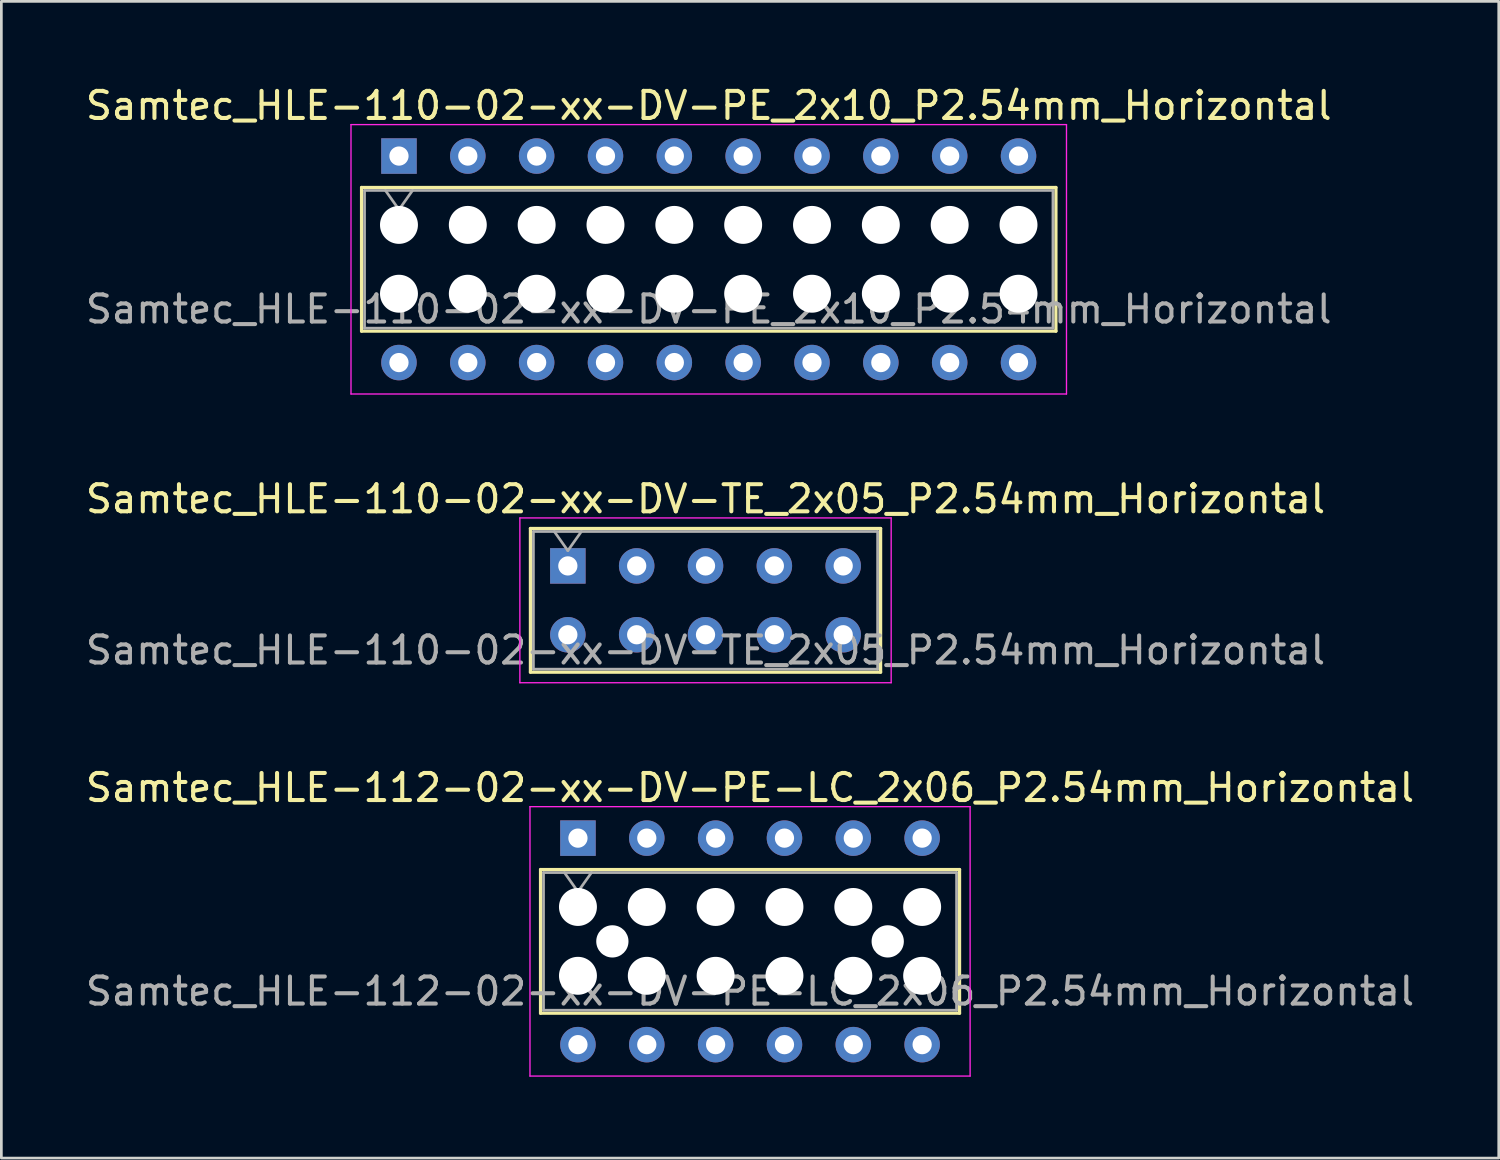
<source format=kicad_pcb>
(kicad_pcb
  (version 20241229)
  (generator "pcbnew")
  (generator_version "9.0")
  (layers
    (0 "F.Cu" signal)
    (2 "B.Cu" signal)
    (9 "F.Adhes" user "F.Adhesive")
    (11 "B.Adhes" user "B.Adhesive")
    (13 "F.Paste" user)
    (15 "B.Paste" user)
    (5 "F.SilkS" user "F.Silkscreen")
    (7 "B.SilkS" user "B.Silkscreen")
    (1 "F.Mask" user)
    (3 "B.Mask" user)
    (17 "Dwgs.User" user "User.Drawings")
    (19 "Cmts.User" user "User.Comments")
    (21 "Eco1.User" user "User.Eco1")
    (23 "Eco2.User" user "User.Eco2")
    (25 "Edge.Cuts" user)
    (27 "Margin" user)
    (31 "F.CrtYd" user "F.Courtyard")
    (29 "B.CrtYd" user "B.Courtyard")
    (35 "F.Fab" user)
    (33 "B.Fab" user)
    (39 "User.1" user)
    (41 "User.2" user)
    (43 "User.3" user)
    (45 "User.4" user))
  (footprint "Samtec_HLE-112-02-xx-DV-PE-LC_2x06_P2.54mm_Horizontal"
    (layer "F.Cu")
    (at 18.275 27.875)
    (property "Reference" "Samtec_HLE-112-02-xx-DV-PE-LC_2x06_P2.54mm_Horizontal" (at 6.35 -1.86 0) (layer "F.SilkS") (effects (font (size 1 1) (thickness 0.15))))
    (attr through_hole)
    (fp_line (start -1.38 1.16) (end 14.08 1.16) (stroke (width 0.12) (type solid)) (layer "F.SilkS"))
    (fp_line (start -1.38 6.46) (end -1.38 1.16) (stroke (width 0.12) (type solid)) (layer "F.SilkS"))
    (fp_line (start 14.08 1.16) (end 14.08 6.46) (stroke (width 0.12) (type solid)) (layer "F.SilkS"))
    (fp_line (start 14.08 6.46) (end -1.38 6.46) (stroke (width 0.12) (type solid)) (layer "F.SilkS"))
    (fp_line (start -1.77 -1.16) (end 14.47 -1.16) (stroke (width 0.05) (type solid)) (layer "F.CrtYd"))
    (fp_line (start -1.77 8.78) (end -1.77 -1.16) (stroke (width 0.05) (type solid)) (layer "F.CrtYd"))
    (fp_line (start 14.47 -1.16) (end 14.47 8.78) (stroke (width 0.05) (type solid)) (layer "F.CrtYd"))
    (fp_line (start 14.47 8.78) (end -1.77 8.78) (stroke (width 0.05) (type solid)) (layer "F.CrtYd"))
    (fp_line (start -1.27 1.27) (end 13.97 1.27) (stroke (width 0.1) (type solid)) (layer "F.Fab"))
    (fp_line (start -1.27 6.35) (end -1.27 1.27) (stroke (width 0.1) (type solid)) (layer "F.Fab"))
    (fp_line (start -0.5 1.27) (end 0 1.977) (stroke (width 0.1) (type solid)) (layer "F.Fab"))
    (fp_line (start 0 1.977) (end 0.5 1.27) (stroke (width 0.1) (type solid)) (layer "F.Fab"))
    (fp_line (start 13.97 1.27) (end 13.97 6.35) (stroke (width 0.1) (type solid)) (layer "F.Fab"))
    (fp_line (start 13.97 6.35) (end -1.27 6.35) (stroke (width 0.1) (type solid)) (layer "F.Fab"))
    (fp_text user "${REFERENCE}" (at 6.35 5.65 0) (layer "F.Fab") (effects (font (size 1 1) (thickness 0.15))))
    (pad "" np_thru_hole circle (at 0 2.54) (size 1.4 1.4) (drill 1.4) (layers "*.Cu" "*.Mask"))
    (pad "" np_thru_hole circle (at 0 5.08) (size 1.4 1.4) (drill 1.4) (layers "*.Cu" "*.Mask"))
    (pad "" np_thru_hole circle (at 1.27 3.81) (size 1.19 1.19) (drill 1.19) (layers "*.Cu" "*.Mask"))
    (pad "" np_thru_hole circle (at 2.54 2.54) (size 1.4 1.4) (drill 1.4) (layers "*.Cu" "*.Mask"))
    (pad "" np_thru_hole circle (at 2.54 5.08) (size 1.4 1.4) (drill 1.4) (layers "*.Cu" "*.Mask"))
    (pad "" np_thru_hole circle (at 5.08 2.54) (size 1.4 1.4) (drill 1.4) (layers "*.Cu" "*.Mask"))
    (pad "" np_thru_hole circle (at 5.08 5.08) (size 1.4 1.4) (drill 1.4) (layers "*.Cu" "*.Mask"))
    (pad "" np_thru_hole circle (at 7.62 2.54) (size 1.4 1.4) (drill 1.4) (layers "*.Cu" "*.Mask"))
    (pad "" np_thru_hole circle (at 7.62 5.08) (size 1.4 1.4) (drill 1.4) (layers "*.Cu" "*.Mask"))
    (pad "" np_thru_hole circle (at 10.16 2.54) (size 1.4 1.4) (drill 1.4) (layers "*.Cu" "*.Mask"))
    (pad "" np_thru_hole circle (at 10.16 5.08) (size 1.4 1.4) (drill 1.4) (layers "*.Cu" "*.Mask"))
    (pad "" np_thru_hole circle (at 11.43 3.81) (size 1.19 1.19) (drill 1.19) (layers "*.Cu" "*.Mask"))
    (pad "" np_thru_hole circle (at 12.7 2.54) (size 1.4 1.4) (drill 1.4) (layers "*.Cu" "*.Mask"))
    (pad "" np_thru_hole circle (at 12.7 5.08) (size 1.4 1.4) (drill 1.4) (layers "*.Cu" "*.Mask"))
    (pad "1" thru_hole rect (at 0 0) (size 1.31 1.31) (drill 0.71) (layers "*.Cu" "*.Mask"))
    (pad "2" thru_hole circle (at 0 7.62) (size 1.31 1.31) (drill 0.71) (layers "*.Cu" "*.Mask"))
    (pad "3" thru_hole circle (at 2.54 0) (size 1.31 1.31) (drill 0.71) (layers "*.Cu" "*.Mask"))
    (pad "4" thru_hole circle (at 2.54 7.62) (size 1.31 1.31) (drill 0.71) (layers "*.Cu" "*.Mask"))
    (pad "5" thru_hole circle (at 5.08 0) (size 1.31 1.31) (drill 0.71) (layers "*.Cu" "*.Mask"))
    (pad "6" thru_hole circle (at 5.08 7.62) (size 1.31 1.31) (drill 0.71) (layers "*.Cu" "*.Mask"))
    (pad "7" thru_hole circle (at 7.62 0) (size 1.31 1.31) (drill 0.71) (layers "*.Cu" "*.Mask"))
    (pad "8" thru_hole circle (at 7.62 7.62) (size 1.31 1.31) (drill 0.71) (layers "*.Cu" "*.Mask"))
    (pad "9" thru_hole circle (at 10.16 0) (size 1.31 1.31) (drill 0.71) (layers "*.Cu" "*.Mask"))
    (pad "10" thru_hole circle (at 10.16 7.62) (size 1.31 1.31) (drill 0.71) (layers "*.Cu" "*.Mask"))
    (pad "11" thru_hole circle (at 12.7 0) (size 1.31 1.31) (drill 0.71) (layers "*.Cu" "*.Mask"))
    (pad "12" thru_hole circle (at 12.7 7.62) (size 1.31 1.31) (drill 0.71) (layers "*.Cu" "*.Mask")))
  (footprint "Samtec_HLE-110-02-xx-DV-TE_2x05_P2.54mm_Horizontal"
    (layer "F.Cu")
    (at 17.902 17.831)
    (property "Reference" "Samtec_HLE-110-02-xx-DV-TE_2x05_P2.54mm_Horizontal" (at 5.08 -2.47 0) (layer "F.SilkS") (effects (font (size 1 1) (thickness 0.15))))
    (attr through_hole)
    (fp_line (start -1.38 -1.38) (end 11.54 -1.38) (stroke (width 0.12) (type solid)) (layer "F.SilkS"))
    (fp_line (start -1.38 3.92) (end -1.38 -1.38) (stroke (width 0.12) (type solid)) (layer "F.SilkS"))
    (fp_line (start 11.54 -1.38) (end 11.54 3.92) (stroke (width 0.12) (type solid)) (layer "F.SilkS"))
    (fp_line (start 11.54 3.92) (end -1.38 3.92) (stroke (width 0.12) (type solid)) (layer "F.SilkS"))
    (fp_line (start -1.77 -1.77) (end 11.93 -1.77) (stroke (width 0.05) (type solid)) (layer "F.CrtYd"))
    (fp_line (start -1.77 4.31) (end -1.77 -1.77) (stroke (width 0.05) (type solid)) (layer "F.CrtYd"))
    (fp_line (start 11.93 -1.77) (end 11.93 4.31) (stroke (width 0.05) (type solid)) (layer "F.CrtYd"))
    (fp_line (start 11.93 4.31) (end -1.77 4.31) (stroke (width 0.05) (type solid)) (layer "F.CrtYd"))
    (fp_line (start -1.27 -1.27) (end 11.43 -1.27) (stroke (width 0.1) (type solid)) (layer "F.Fab"))
    (fp_line (start -1.27 3.81) (end -1.27 -1.27) (stroke (width 0.1) (type solid)) (layer "F.Fab"))
    (fp_line (start -0.5 -1.27) (end 0 -0.563) (stroke (width 0.1) (type solid)) (layer "F.Fab"))
    (fp_line (start 0 -0.563) (end 0.5 -1.27) (stroke (width 0.1) (type solid)) (layer "F.Fab"))
    (fp_line (start 11.43 -1.27) (end 11.43 3.81) (stroke (width 0.1) (type solid)) (layer "F.Fab"))
    (fp_line (start 11.43 3.81) (end -1.27 3.81) (stroke (width 0.1) (type solid)) (layer "F.Fab"))
    (fp_text user "${REFERENCE}" (at 5.08 3.11 0) (layer "F.Fab") (effects (font (size 1 1) (thickness 0.15))))
    (pad "1" thru_hole rect (at 0 0) (size 1.31 1.31) (drill 0.71) (layers "*.Cu" "*.Mask"))
    (pad "2" thru_hole circle (at 0 2.54) (size 1.31 1.31) (drill 0.71) (layers "*.Cu" "*.Mask"))
    (pad "3" thru_hole circle (at 2.54 0) (size 1.31 1.31) (drill 0.71) (layers "*.Cu" "*.Mask"))
    (pad "4" thru_hole circle (at 2.54 2.54) (size 1.31 1.31) (drill 0.71) (layers "*.Cu" "*.Mask"))
    (pad "5" thru_hole circle (at 5.08 0) (size 1.31 1.31) (drill 0.71) (layers "*.Cu" "*.Mask"))
    (pad "6" thru_hole circle (at 5.08 2.54) (size 1.31 1.31) (drill 0.71) (layers "*.Cu" "*.Mask"))
    (pad "7" thru_hole circle (at 7.62 0) (size 1.31 1.31) (drill 0.71) (layers "*.Cu" "*.Mask"))
    (pad "8" thru_hole circle (at 7.62 2.54) (size 1.31 1.31) (drill 0.71) (layers "*.Cu" "*.Mask"))
    (pad "9" thru_hole circle (at 10.16 0) (size 1.31 1.31) (drill 0.71) (layers "*.Cu" "*.Mask"))
    (pad "10" thru_hole circle (at 10.16 2.54) (size 1.31 1.31) (drill 0.71) (layers "*.Cu" "*.Mask")))
  (footprint "Samtec_HLE-110-02-xx-DV-PE_2x10_P2.54mm_Horizontal"
    (layer "F.Cu")
    (at 11.671 2.708)
    (property "Reference" "Samtec_HLE-110-02-xx-DV-PE_2x10_P2.54mm_Horizontal" (at 11.43 -1.86 0) (layer "F.SilkS") (effects (font (size 1 1) (thickness 0.15))))
    (attr through_hole)
    (fp_line (start -1.38 1.16) (end 24.24 1.16) (stroke (width 0.12) (type solid)) (layer "F.SilkS"))
    (fp_line (start -1.38 6.46) (end -1.38 1.16) (stroke (width 0.12) (type solid)) (layer "F.SilkS"))
    (fp_line (start 24.24 1.16) (end 24.24 6.46) (stroke (width 0.12) (type solid)) (layer "F.SilkS"))
    (fp_line (start 24.24 6.46) (end -1.38 6.46) (stroke (width 0.12) (type solid)) (layer "F.SilkS"))
    (fp_line (start -1.77 -1.16) (end 24.63 -1.16) (stroke (width 0.05) (type solid)) (layer "F.CrtYd"))
    (fp_line (start -1.77 8.78) (end -1.77 -1.16) (stroke (width 0.05) (type solid)) (layer "F.CrtYd"))
    (fp_line (start 24.63 -1.16) (end 24.63 8.78) (stroke (width 0.05) (type solid)) (layer "F.CrtYd"))
    (fp_line (start 24.63 8.78) (end -1.77 8.78) (stroke (width 0.05) (type solid)) (layer "F.CrtYd"))
    (fp_line (start -1.27 1.27) (end 24.13 1.27) (stroke (width 0.1) (type solid)) (layer "F.Fab"))
    (fp_line (start -1.27 6.35) (end -1.27 1.27) (stroke (width 0.1) (type solid)) (layer "F.Fab"))
    (fp_line (start -0.5 1.27) (end 0 1.977) (stroke (width 0.1) (type solid)) (layer "F.Fab"))
    (fp_line (start 0 1.977) (end 0.5 1.27) (stroke (width 0.1) (type solid)) (layer "F.Fab"))
    (fp_line (start 24.13 1.27) (end 24.13 6.35) (stroke (width 0.1) (type solid)) (layer "F.Fab"))
    (fp_line (start 24.13 6.35) (end -1.27 6.35) (stroke (width 0.1) (type solid)) (layer "F.Fab"))
    (fp_text user "${REFERENCE}" (at 11.43 5.65 0) (layer "F.Fab") (effects (font (size 1 1) (thickness 0.15))))
    (pad "" np_thru_hole circle (at 0 2.54) (size 1.4 1.4) (drill 1.4) (layers "*.Cu" "*.Mask"))
    (pad "" np_thru_hole circle (at 0 5.08) (size 1.4 1.4) (drill 1.4) (layers "*.Cu" "*.Mask"))
    (pad "" np_thru_hole circle (at 2.54 2.54) (size 1.4 1.4) (drill 1.4) (layers "*.Cu" "*.Mask"))
    (pad "" np_thru_hole circle (at 2.54 5.08) (size 1.4 1.4) (drill 1.4) (layers "*.Cu" "*.Mask"))
    (pad "" np_thru_hole circle (at 5.08 2.54) (size 1.4 1.4) (drill 1.4) (layers "*.Cu" "*.Mask"))
    (pad "" np_thru_hole circle (at 5.08 5.08) (size 1.4 1.4) (drill 1.4) (layers "*.Cu" "*.Mask"))
    (pad "" np_thru_hole circle (at 7.62 2.54) (size 1.4 1.4) (drill 1.4) (layers "*.Cu" "*.Mask"))
    (pad "" np_thru_hole circle (at 7.62 5.08) (size 1.4 1.4) (drill 1.4) (layers "*.Cu" "*.Mask"))
    (pad "" np_thru_hole circle (at 10.16 2.54) (size 1.4 1.4) (drill 1.4) (layers "*.Cu" "*.Mask"))
    (pad "" np_thru_hole circle (at 10.16 5.08) (size 1.4 1.4) (drill 1.4) (layers "*.Cu" "*.Mask"))
    (pad "" np_thru_hole circle (at 12.7 2.54) (size 1.4 1.4) (drill 1.4) (layers "*.Cu" "*.Mask"))
    (pad "" np_thru_hole circle (at 12.7 5.08) (size 1.4 1.4) (drill 1.4) (layers "*.Cu" "*.Mask"))
    (pad "" np_thru_hole circle (at 15.24 2.54) (size 1.4 1.4) (drill 1.4) (layers "*.Cu" "*.Mask"))
    (pad "" np_thru_hole circle (at 15.24 5.08) (size 1.4 1.4) (drill 1.4) (layers "*.Cu" "*.Mask"))
    (pad "" np_thru_hole circle (at 17.78 2.54) (size 1.4 1.4) (drill 1.4) (layers "*.Cu" "*.Mask"))
    (pad "" np_thru_hole circle (at 17.78 5.08) (size 1.4 1.4) (drill 1.4) (layers "*.Cu" "*.Mask"))
    (pad "" np_thru_hole circle (at 20.32 2.54) (size 1.4 1.4) (drill 1.4) (layers "*.Cu" "*.Mask"))
    (pad "" np_thru_hole circle (at 20.32 5.08) (size 1.4 1.4) (drill 1.4) (layers "*.Cu" "*.Mask"))
    (pad "" np_thru_hole circle (at 22.86 2.54) (size 1.4 1.4) (drill 1.4) (layers "*.Cu" "*.Mask"))
    (pad "" np_thru_hole circle (at 22.86 5.08) (size 1.4 1.4) (drill 1.4) (layers "*.Cu" "*.Mask"))
    (pad "1" thru_hole rect (at 0 0) (size 1.31 1.31) (drill 0.71) (layers "*.Cu" "*.Mask"))
    (pad "2" thru_hole circle (at 0 7.62) (size 1.31 1.31) (drill 0.71) (layers "*.Cu" "*.Mask"))
    (pad "3" thru_hole circle (at 2.54 0) (size 1.31 1.31) (drill 0.71) (layers "*.Cu" "*.Mask"))
    (pad "4" thru_hole circle (at 2.54 7.62) (size 1.31 1.31) (drill 0.71) (layers "*.Cu" "*.Mask"))
    (pad "5" thru_hole circle (at 5.08 0) (size 1.31 1.31) (drill 0.71) (layers "*.Cu" "*.Mask"))
    (pad "6" thru_hole circle (at 5.08 7.62) (size 1.31 1.31) (drill 0.71) (layers "*.Cu" "*.Mask"))
    (pad "7" thru_hole circle (at 7.62 0) (size 1.31 1.31) (drill 0.71) (layers "*.Cu" "*.Mask"))
    (pad "8" thru_hole circle (at 7.62 7.62) (size 1.31 1.31) (drill 0.71) (layers "*.Cu" "*.Mask"))
    (pad "9" thru_hole circle (at 10.16 0) (size 1.31 1.31) (drill 0.71) (layers "*.Cu" "*.Mask"))
    (pad "10" thru_hole circle (at 10.16 7.62) (size 1.31 1.31) (drill 0.71) (layers "*.Cu" "*.Mask"))
    (pad "11" thru_hole circle (at 12.7 0) (size 1.31 1.31) (drill 0.71) (layers "*.Cu" "*.Mask"))
    (pad "12" thru_hole circle (at 12.7 7.62) (size 1.31 1.31) (drill 0.71) (layers "*.Cu" "*.Mask"))
    (pad "13" thru_hole circle (at 15.24 0) (size 1.31 1.31) (drill 0.71) (layers "*.Cu" "*.Mask"))
    (pad "14" thru_hole circle (at 15.24 7.62) (size 1.31 1.31) (drill 0.71) (layers "*.Cu" "*.Mask"))
    (pad "15" thru_hole circle (at 17.78 0) (size 1.31 1.31) (drill 0.71) (layers "*.Cu" "*.Mask"))
    (pad "16" thru_hole circle (at 17.78 7.62) (size 1.31 1.31) (drill 0.71) (layers "*.Cu" "*.Mask"))
    (pad "17" thru_hole circle (at 20.32 0) (size 1.31 1.31) (drill 0.71) (layers "*.Cu" "*.Mask"))
    (pad "18" thru_hole circle (at 20.32 7.62) (size 1.31 1.31) (drill 0.71) (layers "*.Cu" "*.Mask"))
    (pad "19" thru_hole circle (at 22.86 0) (size 1.31 1.31) (drill 0.71) (layers "*.Cu" "*.Mask"))
    (pad "20" thru_hole circle (at 22.86 7.62) (size 1.31 1.31) (drill 0.71) (layers "*.Cu" "*.Mask")))
  (gr_rect
    (start -3 -3)
    (end 52.25 39.68)
    (stroke (width 0.1) (type default))
    (fill no)
    (layer "Edge.Cuts")))
</source>
